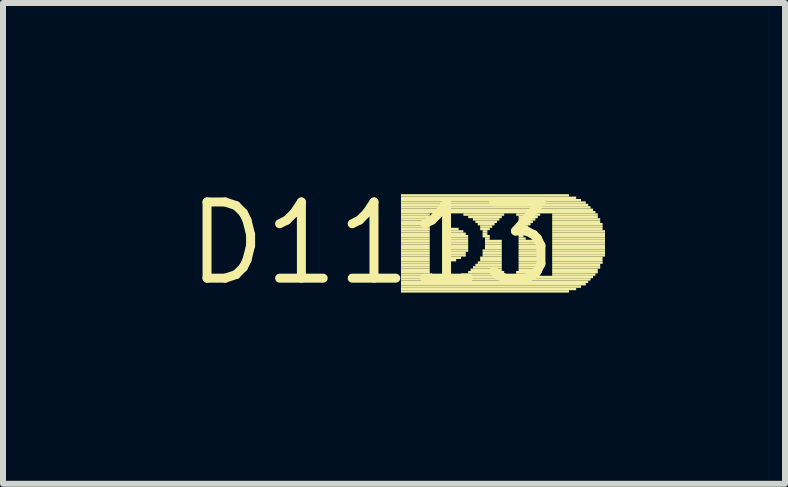
<source format=kicad_pcb>
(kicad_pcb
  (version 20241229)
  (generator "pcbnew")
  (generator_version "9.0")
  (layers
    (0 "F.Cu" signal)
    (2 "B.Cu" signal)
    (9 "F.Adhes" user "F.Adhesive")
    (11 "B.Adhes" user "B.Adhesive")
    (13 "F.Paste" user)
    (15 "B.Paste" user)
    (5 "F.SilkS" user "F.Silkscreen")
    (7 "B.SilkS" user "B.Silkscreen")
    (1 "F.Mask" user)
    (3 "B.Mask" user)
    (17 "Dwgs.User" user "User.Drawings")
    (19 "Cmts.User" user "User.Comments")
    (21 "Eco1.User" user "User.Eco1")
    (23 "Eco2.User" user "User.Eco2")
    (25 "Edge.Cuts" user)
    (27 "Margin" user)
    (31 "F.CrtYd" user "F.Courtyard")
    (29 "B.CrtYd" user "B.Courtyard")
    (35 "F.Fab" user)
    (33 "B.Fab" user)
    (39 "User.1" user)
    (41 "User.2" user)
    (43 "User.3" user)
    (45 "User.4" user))
  (footprint "D1113"
    (layer "F.Cu")
    (at 3.152 1.006)
    (property "Reference" "D1113" (at 0 0 0) (layer "F.SilkS") (effects (font (size 1.27 1.27) (thickness 0.15))))
    (fp_poly (pts (xy 0.48 -0.78) (xy 3.28 -0.78) (xy 3.28 -0.82) (xy 0.48 -0.82)) (stroke (width 0) (type default)) (fill yes) (layer "F.SilkS"))
    (fp_poly (pts (xy 0.48 -0.74) (xy 3.4 -0.74) (xy 3.4 -0.78) (xy 0.48 -0.78)) (stroke (width 0) (type default)) (fill yes) (layer "F.SilkS"))
    (fp_poly (pts (xy 0.48 -0.7) (xy 3.48 -0.7) (xy 3.48 -0.74) (xy 0.48 -0.74)) (stroke (width 0) (type default)) (fill yes) (layer "F.SilkS"))
    (fp_poly (pts (xy 0.48 -0.66) (xy 3.56 -0.66) (xy 3.56 -0.7) (xy 0.48 -0.7)) (stroke (width 0) (type default)) (fill yes) (layer "F.SilkS"))
    (fp_poly (pts (xy 0.48 -0.62) (xy 3.6 -0.62) (xy 3.6 -0.66) (xy 0.48 -0.66)) (stroke (width 0) (type default)) (fill yes) (layer "F.SilkS"))
    (fp_poly (pts (xy 0.48 -0.58) (xy 3.64 -0.58) (xy 3.64 -0.62) (xy 0.48 -0.62)) (stroke (width 0) (type default)) (fill yes) (layer "F.SilkS"))
    (fp_poly (pts (xy 0.48 -0.54) (xy 3.68 -0.54) (xy 3.68 -0.58) (xy 0.48 -0.58)) (stroke (width 0) (type default)) (fill yes) (layer "F.SilkS"))
    (fp_poly (pts (xy 0.48 -0.5) (xy 3.72 -0.5) (xy 3.72 -0.54) (xy 0.48 -0.54)) (stroke (width 0) (type default)) (fill yes) (layer "F.SilkS"))
    (fp_poly (pts (xy 0.48 -0.46) (xy 0.96 -0.46) (xy 0.96 -0.5) (xy 0.48 -0.5)) (stroke (width 0) (type default)) (fill yes) (layer "F.SilkS"))
    (fp_poly (pts (xy 0.48 -0.42) (xy 0.96 -0.42) (xy 0.96 -0.46) (xy 0.48 -0.46)) (stroke (width 0) (type default)) (fill yes) (layer "F.SilkS"))
    (fp_poly (pts (xy 0.48 -0.38) (xy 0.96 -0.38) (xy 0.96 -0.42) (xy 0.48 -0.42)) (stroke (width 0) (type default)) (fill yes) (layer "F.SilkS"))
    (fp_poly (pts (xy 0.48 -0.34) (xy 0.96 -0.34) (xy 0.96 -0.38) (xy 0.48 -0.38)) (stroke (width 0) (type default)) (fill yes) (layer "F.SilkS"))
    (fp_poly (pts (xy 0.48 -0.3) (xy 0.96 -0.3) (xy 0.96 -0.34) (xy 0.48 -0.34)) (stroke (width 0) (type default)) (fill yes) (layer "F.SilkS"))
    (fp_poly (pts (xy 0.48 -0.26) (xy 0.96 -0.26) (xy 0.96 -0.3) (xy 0.48 -0.3)) (stroke (width 0) (type default)) (fill yes) (layer "F.SilkS"))
    (fp_poly (pts (xy 0.48 -0.22) (xy 0.96 -0.22) (xy 0.96 -0.26) (xy 0.48 -0.26)) (stroke (width 0) (type default)) (fill yes) (layer "F.SilkS"))
    (fp_poly (pts (xy 0.48 -0.18) (xy 0.96 -0.18) (xy 0.96 -0.22) (xy 0.48 -0.22)) (stroke (width 0) (type default)) (fill yes) (layer "F.SilkS"))
    (fp_poly (pts (xy 0.48 -0.14) (xy 0.96 -0.14) (xy 0.96 -0.18) (xy 0.48 -0.18)) (stroke (width 0) (type default)) (fill yes) (layer "F.SilkS"))
    (fp_poly (pts (xy 0.48 -0.1) (xy 0.96 -0.1) (xy 0.96 -0.14) (xy 0.48 -0.14)) (stroke (width 0) (type default)) (fill yes) (layer "F.SilkS"))
    (fp_poly (pts (xy 0.48 -0.06) (xy 0.96 -0.06) (xy 0.96 -0.1) (xy 0.48 -0.1)) (stroke (width 0) (type default)) (fill yes) (layer "F.SilkS"))
    (fp_poly (pts (xy 0.48 -0.02) (xy 0.96 -0.02) (xy 0.96 -0.06) (xy 0.48 -0.06)) (stroke (width 0) (type default)) (fill yes) (layer "F.SilkS"))
    (fp_poly (pts (xy 0.48 0.02) (xy 0.96 0.02) (xy 0.96 -0.02) (xy 0.48 -0.02)) (stroke (width 0) (type default)) (fill yes) (layer "F.SilkS"))
    (fp_poly (pts (xy 0.48 0.06) (xy 0.96 0.06) (xy 0.96 0.02) (xy 0.48 0.02)) (stroke (width 0) (type default)) (fill yes) (layer "F.SilkS"))
    (fp_poly (pts (xy 0.48 0.1) (xy 0.96 0.1) (xy 0.96 0.06) (xy 0.48 0.06)) (stroke (width 0) (type default)) (fill yes) (layer "F.SilkS"))
    (fp_poly (pts (xy 0.48 0.14) (xy 0.96 0.14) (xy 0.96 0.1) (xy 0.48 0.1)) (stroke (width 0) (type default)) (fill yes) (layer "F.SilkS"))
    (fp_poly (pts (xy 0.48 0.18) (xy 0.96 0.18) (xy 0.96 0.14) (xy 0.48 0.14)) (stroke (width 0) (type default)) (fill yes) (layer "F.SilkS"))
    (fp_poly (pts (xy 0.48 0.22) (xy 0.96 0.22) (xy 0.96 0.18) (xy 0.48 0.18)) (stroke (width 0) (type default)) (fill yes) (layer "F.SilkS"))
    (fp_poly (pts (xy 0.48 0.26) (xy 0.96 0.26) (xy 0.96 0.22) (xy 0.48 0.22)) (stroke (width 0) (type default)) (fill yes) (layer "F.SilkS"))
    (fp_poly (pts (xy 0.48 0.3) (xy 0.96 0.3) (xy 0.96 0.26) (xy 0.48 0.26)) (stroke (width 0) (type default)) (fill yes) (layer "F.SilkS"))
    (fp_poly (pts (xy 0.48 0.34) (xy 0.96 0.34) (xy 0.96 0.3) (xy 0.48 0.3)) (stroke (width 0) (type default)) (fill yes) (layer "F.SilkS"))
    (fp_poly (pts (xy 0.48 0.38) (xy 0.96 0.38) (xy 0.96 0.34) (xy 0.48 0.34)) (stroke (width 0) (type default)) (fill yes) (layer "F.SilkS"))
    (fp_poly (pts (xy 0.48 0.42) (xy 0.96 0.42) (xy 0.96 0.38) (xy 0.48 0.38)) (stroke (width 0) (type default)) (fill yes) (layer "F.SilkS"))
    (fp_poly (pts (xy 0.48 0.46) (xy 0.96 0.46) (xy 0.96 0.42) (xy 0.48 0.42)) (stroke (width 0) (type default)) (fill yes) (layer "F.SilkS"))
    (fp_poly (pts (xy 0.48 0.5) (xy 0.96 0.5) (xy 0.96 0.46) (xy 0.48 0.46)) (stroke (width 0) (type default)) (fill yes) (layer "F.SilkS"))
    (fp_poly (pts (xy 0.48 0.54) (xy 1 0.54) (xy 1 0.5) (xy 0.48 0.5)) (stroke (width 0) (type default)) (fill yes) (layer "F.SilkS"))
    (fp_poly (pts (xy 0.48 0.58) (xy 3.68 0.58) (xy 3.68 0.54) (xy 0.48 0.54)) (stroke (width 0) (type default)) (fill yes) (layer "F.SilkS"))
    (fp_poly (pts (xy 0.48 0.62) (xy 3.64 0.62) (xy 3.64 0.58) (xy 0.48 0.58)) (stroke (width 0) (type default)) (fill yes) (layer "F.SilkS"))
    (fp_poly (pts (xy 0.48 0.66) (xy 3.6 0.66) (xy 3.6 0.62) (xy 0.48 0.62)) (stroke (width 0) (type default)) (fill yes) (layer "F.SilkS"))
    (fp_poly (pts (xy 0.48 0.7) (xy 3.56 0.7) (xy 3.56 0.66) (xy 0.48 0.66)) (stroke (width 0) (type default)) (fill yes) (layer "F.SilkS"))
    (fp_poly (pts (xy 0.48 0.74) (xy 3.48 0.74) (xy 3.48 0.7) (xy 0.48 0.7)) (stroke (width 0) (type default)) (fill yes) (layer "F.SilkS"))
    (fp_poly (pts (xy 0.48 0.78) (xy 3.4 0.78) (xy 3.4 0.74) (xy 0.48 0.74)) (stroke (width 0) (type default)) (fill yes) (layer "F.SilkS"))
    (fp_poly (pts (xy 0.48 0.82) (xy 3.28 0.82) (xy 3.28 0.78) (xy 0.48 0.78)) (stroke (width 0) (type default)) (fill yes) (layer "F.SilkS"))
    (fp_poly (pts (xy 1.2 -0.22) (xy 1.44 -0.22) (xy 1.44 -0.26) (xy 1.2 -0.26)) (stroke (width 0) (type default)) (fill yes) (layer "F.SilkS"))
    (fp_poly (pts (xy 1.2 -0.18) (xy 1.52 -0.18) (xy 1.52 -0.22) (xy 1.2 -0.22)) (stroke (width 0) (type default)) (fill yes) (layer "F.SilkS"))
    (fp_poly (pts (xy 1.2 -0.14) (xy 1.56 -0.14) (xy 1.56 -0.18) (xy 1.2 -0.18)) (stroke (width 0) (type default)) (fill yes) (layer "F.SilkS"))
    (fp_poly (pts (xy 1.2 -0.1) (xy 1.6 -0.1) (xy 1.6 -0.14) (xy 1.2 -0.14)) (stroke (width 0) (type default)) (fill yes) (layer "F.SilkS"))
    (fp_poly (pts (xy 1.2 -0.06) (xy 1.6 -0.06) (xy 1.6 -0.1) (xy 1.2 -0.1)) (stroke (width 0) (type default)) (fill yes) (layer "F.SilkS"))
    (fp_poly (pts (xy 1.2 -0.02) (xy 1.6 -0.02) (xy 1.6 -0.06) (xy 1.2 -0.06)) (stroke (width 0) (type default)) (fill yes) (layer "F.SilkS"))
    (fp_poly (pts (xy 1.2 0.02) (xy 1.6 0.02) (xy 1.6 -0.02) (xy 1.2 -0.02)) (stroke (width 0) (type default)) (fill yes) (layer "F.SilkS"))
    (fp_poly (pts (xy 1.2 0.06) (xy 1.6 0.06) (xy 1.6 0.02) (xy 1.2 0.02)) (stroke (width 0) (type default)) (fill yes) (layer "F.SilkS"))
    (fp_poly (pts (xy 1.2 0.1) (xy 1.6 0.1) (xy 1.6 0.06) (xy 1.2 0.06)) (stroke (width 0) (type default)) (fill yes) (layer "F.SilkS"))
    (fp_poly (pts (xy 1.2 0.14) (xy 1.6 0.14) (xy 1.6 0.1) (xy 1.2 0.1)) (stroke (width 0) (type default)) (fill yes) (layer "F.SilkS"))
    (fp_poly (pts (xy 1.2 0.18) (xy 1.56 0.18) (xy 1.56 0.14) (xy 1.2 0.14)) (stroke (width 0) (type default)) (fill yes) (layer "F.SilkS"))
    (fp_poly (pts (xy 1.2 0.22) (xy 1.56 0.22) (xy 1.56 0.18) (xy 1.2 0.18)) (stroke (width 0) (type default)) (fill yes) (layer "F.SilkS"))
    (fp_poly (pts (xy 1.2 0.26) (xy 1.48 0.26) (xy 1.48 0.22) (xy 1.2 0.22)) (stroke (width 0) (type default)) (fill yes) (layer "F.SilkS"))
    (fp_poly (pts (xy 1.2 0.3) (xy 1.4 0.3) (xy 1.4 0.26) (xy 1.2 0.26)) (stroke (width 0) (type default)) (fill yes) (layer "F.SilkS"))
    (fp_poly (pts (xy 1.48 0.54) (xy 2.2 0.54) (xy 2.2 0.5) (xy 1.48 0.5)) (stroke (width 0) (type default)) (fill yes) (layer "F.SilkS"))
    (fp_poly (pts (xy 1.52 -0.46) (xy 2.2 -0.46) (xy 2.2 -0.5) (xy 1.52 -0.5)) (stroke (width 0) (type default)) (fill yes) (layer "F.SilkS"))
    (fp_poly (pts (xy 1.6 -0.42) (xy 2.16 -0.42) (xy 2.16 -0.46) (xy 1.6 -0.46)) (stroke (width 0) (type default)) (fill yes) (layer "F.SilkS"))
    (fp_poly (pts (xy 1.6 0.5) (xy 2.2 0.5) (xy 2.2 0.46) (xy 1.6 0.46)) (stroke (width 0) (type default)) (fill yes) (layer "F.SilkS"))
    (fp_poly (pts (xy 1.64 0.46) (xy 2.16 0.46) (xy 2.16 0.42) (xy 1.64 0.42)) (stroke (width 0) (type default)) (fill yes) (layer "F.SilkS"))
    (fp_poly (pts (xy 1.68 -0.38) (xy 2.12 -0.38) (xy 2.12 -0.42) (xy 1.68 -0.42)) (stroke (width 0) (type default)) (fill yes) (layer "F.SilkS"))
    (fp_poly (pts (xy 1.68 0.42) (xy 2.16 0.42) (xy 2.16 0.38) (xy 1.68 0.38)) (stroke (width 0) (type default)) (fill yes) (layer "F.SilkS"))
    (fp_poly (pts (xy 1.72 -0.34) (xy 2.08 -0.34) (xy 2.08 -0.38) (xy 1.72 -0.38)) (stroke (width 0) (type default)) (fill yes) (layer "F.SilkS"))
    (fp_poly (pts (xy 1.72 0.38) (xy 2.16 0.38) (xy 2.16 0.34) (xy 1.72 0.34)) (stroke (width 0) (type default)) (fill yes) (layer "F.SilkS"))
    (fp_poly (pts (xy 1.76 -0.3) (xy 2.04 -0.3) (xy 2.04 -0.34) (xy 1.76 -0.34)) (stroke (width 0) (type default)) (fill yes) (layer "F.SilkS"))
    (fp_poly (pts (xy 1.76 0.34) (xy 2.16 0.34) (xy 2.16 0.3) (xy 1.76 0.3)) (stroke (width 0) (type default)) (fill yes) (layer "F.SilkS"))
    (fp_poly (pts (xy 1.8 -0.26) (xy 2 -0.26) (xy 2 -0.3) (xy 1.8 -0.3)) (stroke (width 0) (type default)) (fill yes) (layer "F.SilkS"))
    (fp_poly (pts (xy 1.8 -0.22) (xy 1.96 -0.22) (xy 1.96 -0.26) (xy 1.8 -0.26)) (stroke (width 0) (type default)) (fill yes) (layer "F.SilkS"))
    (fp_poly (pts (xy 1.8 0.26) (xy 2.16 0.26) (xy 2.16 0.22) (xy 1.8 0.22)) (stroke (width 0) (type default)) (fill yes) (layer "F.SilkS"))
    (fp_poly (pts (xy 1.8 0.3) (xy 2.16 0.3) (xy 2.16 0.26) (xy 1.8 0.26)) (stroke (width 0) (type default)) (fill yes) (layer "F.SilkS"))
    (fp_poly (pts (xy 1.84 -0.18) (xy 1.92 -0.18) (xy 1.92 -0.22) (xy 1.84 -0.22)) (stroke (width 0) (type default)) (fill yes) (layer "F.SilkS"))
    (fp_poly (pts (xy 1.84 -0.14) (xy 1.92 -0.14) (xy 1.92 -0.18) (xy 1.84 -0.18)) (stroke (width 0) (type default)) (fill yes) (layer "F.SilkS"))
    (fp_poly (pts (xy 1.84 -0.1) (xy 1.96 -0.1) (xy 1.96 -0.14) (xy 1.84 -0.14)) (stroke (width 0) (type default)) (fill yes) (layer "F.SilkS"))
    (fp_poly (pts (xy 1.84 0.14) (xy 2.16 0.14) (xy 2.16 0.1) (xy 1.84 0.1)) (stroke (width 0) (type default)) (fill yes) (layer "F.SilkS"))
    (fp_poly (pts (xy 1.84 0.18) (xy 2.16 0.18) (xy 2.16 0.14) (xy 1.84 0.14)) (stroke (width 0) (type default)) (fill yes) (layer "F.SilkS"))
    (fp_poly (pts (xy 1.84 0.22) (xy 2.16 0.22) (xy 2.16 0.18) (xy 1.84 0.18)) (stroke (width 0) (type default)) (fill yes) (layer "F.SilkS"))
    (fp_poly (pts (xy 1.88 -0.06) (xy 1.96 -0.06) (xy 1.96 -0.1) (xy 1.88 -0.1)) (stroke (width 0) (type default)) (fill yes) (layer "F.SilkS"))
    (fp_poly (pts (xy 1.88 -0.02) (xy 2.16 -0.02) (xy 2.16 -0.06) (xy 1.88 -0.06)) (stroke (width 0) (type default)) (fill yes) (layer "F.SilkS"))
    (fp_poly (pts (xy 1.88 0.02) (xy 2.16 0.02) (xy 2.16 -0.02) (xy 1.88 -0.02)) (stroke (width 0) (type default)) (fill yes) (layer "F.SilkS"))
    (fp_poly (pts (xy 1.88 0.06) (xy 2.16 0.06) (xy 2.16 0.02) (xy 1.88 0.02)) (stroke (width 0) (type default)) (fill yes) (layer "F.SilkS"))
    (fp_poly (pts (xy 1.88 0.1) (xy 2.16 0.1) (xy 2.16 0.06) (xy 1.88 0.06)) (stroke (width 0) (type default)) (fill yes) (layer "F.SilkS"))
    (fp_poly (pts (xy 2.4 -0.46) (xy 2.8 -0.46) (xy 2.8 -0.5) (xy 2.4 -0.5)) (stroke (width 0) (type default)) (fill yes) (layer "F.SilkS"))
    (fp_poly (pts (xy 2.4 0.5) (xy 2.76 0.5) (xy 2.76 0.46) (xy 2.4 0.46)) (stroke (width 0) (type default)) (fill yes) (layer "F.SilkS"))
    (fp_poly (pts (xy 2.4 0.54) (xy 2.8 0.54) (xy 2.8 0.5) (xy 2.4 0.5)) (stroke (width 0) (type default)) (fill yes) (layer "F.SilkS"))
    (fp_poly (pts (xy 2.44 -0.42) (xy 2.76 -0.42) (xy 2.76 -0.46) (xy 2.44 -0.46)) (stroke (width 0) (type default)) (fill yes) (layer "F.SilkS"))
    (fp_poly (pts (xy 2.44 -0.38) (xy 2.72 -0.38) (xy 2.72 -0.42) (xy 2.44 -0.42)) (stroke (width 0) (type default)) (fill yes) (layer "F.SilkS"))
    (fp_poly (pts (xy 2.44 -0.34) (xy 2.68 -0.34) (xy 2.68 -0.38) (xy 2.44 -0.38)) (stroke (width 0) (type default)) (fill yes) (layer "F.SilkS"))
    (fp_poly (pts (xy 2.44 -0.3) (xy 2.64 -0.3) (xy 2.64 -0.34) (xy 2.44 -0.34)) (stroke (width 0) (type default)) (fill yes) (layer "F.SilkS"))
    (fp_poly (pts (xy 2.44 -0.26) (xy 2.6 -0.26) (xy 2.6 -0.3) (xy 2.44 -0.3)) (stroke (width 0) (type default)) (fill yes) (layer "F.SilkS"))
    (fp_poly (pts (xy 2.44 -0.22) (xy 2.56 -0.22) (xy 2.56 -0.26) (xy 2.44 -0.26)) (stroke (width 0) (type default)) (fill yes) (layer "F.SilkS"))
    (fp_poly (pts (xy 2.44 -0.18) (xy 2.52 -0.18) (xy 2.52 -0.22) (xy 2.44 -0.22)) (stroke (width 0) (type default)) (fill yes) (layer "F.SilkS"))
    (fp_poly (pts (xy 2.44 -0.14) (xy 2.52 -0.14) (xy 2.52 -0.18) (xy 2.44 -0.18)) (stroke (width 0) (type default)) (fill yes) (layer "F.SilkS"))
    (fp_poly (pts (xy 2.44 -0.1) (xy 2.52 -0.1) (xy 2.52 -0.14) (xy 2.44 -0.14)) (stroke (width 0) (type default)) (fill yes) (layer "F.SilkS"))
    (fp_poly (pts (xy 2.44 -0.06) (xy 2.56 -0.06) (xy 2.56 -0.1) (xy 2.44 -0.1)) (stroke (width 0) (type default)) (fill yes) (layer "F.SilkS"))
    (fp_poly (pts (xy 2.44 -0.02) (xy 2.76 -0.02) (xy 2.76 -0.06) (xy 2.44 -0.06)) (stroke (width 0) (type default)) (fill yes) (layer "F.SilkS"))
    (fp_poly (pts (xy 2.44 0.02) (xy 2.76 0.02) (xy 2.76 -0.02) (xy 2.44 -0.02)) (stroke (width 0) (type default)) (fill yes) (layer "F.SilkS"))
    (fp_poly (pts (xy 2.44 0.06) (xy 2.76 0.06) (xy 2.76 0.02) (xy 2.44 0.02)) (stroke (width 0) (type default)) (fill yes) (layer "F.SilkS"))
    (fp_poly (pts (xy 2.44 0.1) (xy 2.76 0.1) (xy 2.76 0.06) (xy 2.44 0.06)) (stroke (width 0) (type default)) (fill yes) (layer "F.SilkS"))
    (fp_poly (pts (xy 2.44 0.14) (xy 2.76 0.14) (xy 2.76 0.1) (xy 2.44 0.1)) (stroke (width 0) (type default)) (fill yes) (layer "F.SilkS"))
    (fp_poly (pts (xy 2.44 0.18) (xy 2.76 0.18) (xy 2.76 0.14) (xy 2.44 0.14)) (stroke (width 0) (type default)) (fill yes) (layer "F.SilkS"))
    (fp_poly (pts (xy 2.44 0.22) (xy 2.76 0.22) (xy 2.76 0.18) (xy 2.44 0.18)) (stroke (width 0) (type default)) (fill yes) (layer "F.SilkS"))
    (fp_poly (pts (xy 2.44 0.26) (xy 2.76 0.26) (xy 2.76 0.22) (xy 2.44 0.22)) (stroke (width 0) (type default)) (fill yes) (layer "F.SilkS"))
    (fp_poly (pts (xy 2.44 0.3) (xy 2.76 0.3) (xy 2.76 0.26) (xy 2.44 0.26)) (stroke (width 0) (type default)) (fill yes) (layer "F.SilkS"))
    (fp_poly (pts (xy 2.44 0.34) (xy 2.76 0.34) (xy 2.76 0.3) (xy 2.44 0.3)) (stroke (width 0) (type default)) (fill yes) (layer "F.SilkS"))
    (fp_poly (pts (xy 2.44 0.38) (xy 2.76 0.38) (xy 2.76 0.34) (xy 2.44 0.34)) (stroke (width 0) (type default)) (fill yes) (layer "F.SilkS"))
    (fp_poly (pts (xy 2.44 0.42) (xy 2.76 0.42) (xy 2.76 0.38) (xy 2.44 0.38)) (stroke (width 0) (type default)) (fill yes) (layer "F.SilkS"))
    (fp_poly (pts (xy 2.44 0.46) (xy 2.76 0.46) (xy 2.76 0.42) (xy 2.44 0.42)) (stroke (width 0) (type default)) (fill yes) (layer "F.SilkS"))
    (fp_poly (pts (xy 3 -0.46) (xy 3.76 -0.46) (xy 3.76 -0.5) (xy 3 -0.5)) (stroke (width 0) (type default)) (fill yes) (layer "F.SilkS"))
    (fp_poly (pts (xy 3 -0.42) (xy 3.76 -0.42) (xy 3.76 -0.46) (xy 3 -0.46)) (stroke (width 0) (type default)) (fill yes) (layer "F.SilkS"))
    (fp_poly (pts (xy 3 -0.38) (xy 3.8 -0.38) (xy 3.8 -0.42) (xy 3 -0.42)) (stroke (width 0) (type default)) (fill yes) (layer "F.SilkS"))
    (fp_poly (pts (xy 3 -0.34) (xy 3.8 -0.34) (xy 3.8 -0.38) (xy 3 -0.38)) (stroke (width 0) (type default)) (fill yes) (layer "F.SilkS"))
    (fp_poly (pts (xy 3 -0.3) (xy 3.84 -0.3) (xy 3.84 -0.34) (xy 3 -0.34)) (stroke (width 0) (type default)) (fill yes) (layer "F.SilkS"))
    (fp_poly (pts (xy 3 -0.26) (xy 3.84 -0.26) (xy 3.84 -0.3) (xy 3 -0.3)) (stroke (width 0) (type default)) (fill yes) (layer "F.SilkS"))
    (fp_poly (pts (xy 3 -0.22) (xy 3.84 -0.22) (xy 3.84 -0.26) (xy 3 -0.26)) (stroke (width 0) (type default)) (fill yes) (layer "F.SilkS"))
    (fp_poly (pts (xy 3 -0.18) (xy 3.88 -0.18) (xy 3.88 -0.22) (xy 3 -0.22)) (stroke (width 0) (type default)) (fill yes) (layer "F.SilkS"))
    (fp_poly (pts (xy 3 -0.14) (xy 3.88 -0.14) (xy 3.88 -0.18) (xy 3 -0.18)) (stroke (width 0) (type default)) (fill yes) (layer "F.SilkS"))
    (fp_poly (pts (xy 3 -0.1) (xy 3.88 -0.1) (xy 3.88 -0.14) (xy 3 -0.14)) (stroke (width 0) (type default)) (fill yes) (layer "F.SilkS"))
    (fp_poly (pts (xy 3 -0.06) (xy 3.88 -0.06) (xy 3.88 -0.1) (xy 3 -0.1)) (stroke (width 0) (type default)) (fill yes) (layer "F.SilkS"))
    (fp_poly (pts (xy 3 -0.02) (xy 3.88 -0.02) (xy 3.88 -0.06) (xy 3 -0.06)) (stroke (width 0) (type default)) (fill yes) (layer "F.SilkS"))
    (fp_poly (pts (xy 3 0.02) (xy 3.88 0.02) (xy 3.88 -0.02) (xy 3 -0.02)) (stroke (width 0) (type default)) (fill yes) (layer "F.SilkS"))
    (fp_poly (pts (xy 3 0.06) (xy 3.88 0.06) (xy 3.88 0.02) (xy 3 0.02)) (stroke (width 0) (type default)) (fill yes) (layer "F.SilkS"))
    (fp_poly (pts (xy 3 0.1) (xy 3.88 0.1) (xy 3.88 0.06) (xy 3 0.06)) (stroke (width 0) (type default)) (fill yes) (layer "F.SilkS"))
    (fp_poly (pts (xy 3 0.14) (xy 3.88 0.14) (xy 3.88 0.1) (xy 3 0.1)) (stroke (width 0) (type default)) (fill yes) (layer "F.SilkS"))
    (fp_poly (pts (xy 3 0.18) (xy 3.88 0.18) (xy 3.88 0.14) (xy 3 0.14)) (stroke (width 0) (type default)) (fill yes) (layer "F.SilkS"))
    (fp_poly (pts (xy 3 0.22) (xy 3.88 0.22) (xy 3.88 0.18) (xy 3 0.18)) (stroke (width 0) (type default)) (fill yes) (layer "F.SilkS"))
    (fp_poly (pts (xy 3 0.26) (xy 3.84 0.26) (xy 3.84 0.22) (xy 3 0.22)) (stroke (width 0) (type default)) (fill yes) (layer "F.SilkS"))
    (fp_poly (pts (xy 3 0.3) (xy 3.84 0.3) (xy 3.84 0.26) (xy 3 0.26)) (stroke (width 0) (type default)) (fill yes) (layer "F.SilkS"))
    (fp_poly (pts (xy 3 0.34) (xy 3.84 0.34) (xy 3.84 0.3) (xy 3 0.3)) (stroke (width 0) (type default)) (fill yes) (layer "F.SilkS"))
    (fp_poly (pts (xy 3 0.38) (xy 3.8 0.38) (xy 3.8 0.34) (xy 3 0.34)) (stroke (width 0) (type default)) (fill yes) (layer "F.SilkS"))
    (fp_poly (pts (xy 3 0.42) (xy 3.8 0.42) (xy 3.8 0.38) (xy 3 0.38)) (stroke (width 0) (type default)) (fill yes) (layer "F.SilkS"))
    (fp_poly (pts (xy 3 0.46) (xy 3.76 0.46) (xy 3.76 0.42) (xy 3 0.42)) (stroke (width 0) (type default)) (fill yes) (layer "F.SilkS"))
    (fp_poly (pts (xy 3 0.5) (xy 3.76 0.5) (xy 3.76 0.46) (xy 3 0.46)) (stroke (width 0) (type default)) (fill yes) (layer "F.SilkS"))
    (fp_poly (pts (xy 3 0.54) (xy 3.72 0.54) (xy 3.72 0.5) (xy 3 0.5)) (stroke (width 0) (type default)) (fill yes) (layer "F.SilkS")))
  (gr_rect
    (start -3 -3)
    (end 10.032 5.012)
    (stroke (width 0.1) (type default))
    (fill no)
    (layer "Edge.Cuts")))
</source>
